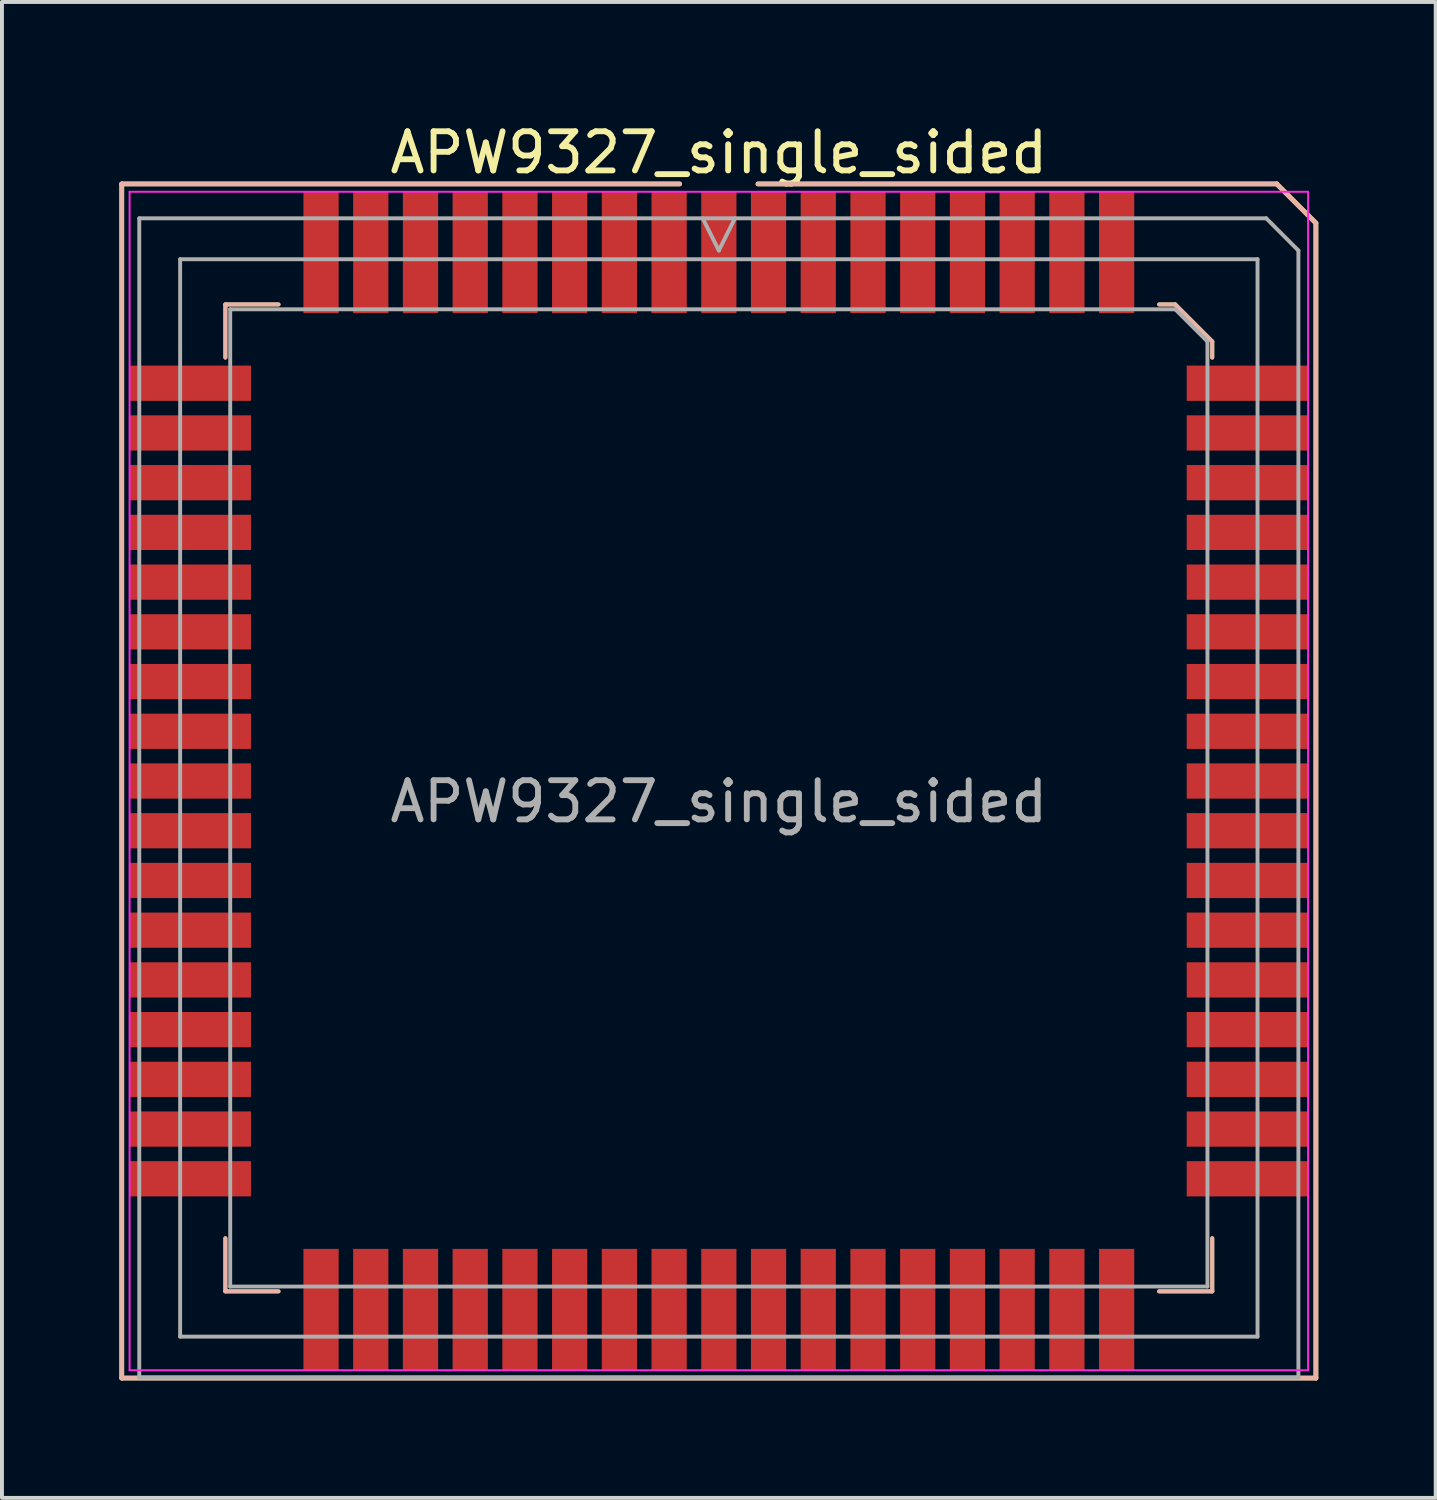
<source format=kicad_pcb>
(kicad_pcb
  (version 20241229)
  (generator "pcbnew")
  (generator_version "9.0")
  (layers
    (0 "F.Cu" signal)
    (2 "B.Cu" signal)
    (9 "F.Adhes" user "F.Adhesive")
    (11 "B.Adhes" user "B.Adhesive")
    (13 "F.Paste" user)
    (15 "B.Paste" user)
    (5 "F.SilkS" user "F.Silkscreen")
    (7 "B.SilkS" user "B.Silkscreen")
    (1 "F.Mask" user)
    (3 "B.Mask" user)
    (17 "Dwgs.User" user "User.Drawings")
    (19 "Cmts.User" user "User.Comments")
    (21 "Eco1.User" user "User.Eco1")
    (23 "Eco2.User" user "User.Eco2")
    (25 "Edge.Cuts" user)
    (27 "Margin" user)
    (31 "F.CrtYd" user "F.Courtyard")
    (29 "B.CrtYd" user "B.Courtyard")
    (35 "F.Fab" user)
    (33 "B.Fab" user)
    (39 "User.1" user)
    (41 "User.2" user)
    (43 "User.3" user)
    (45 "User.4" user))
  (footprint "APW9327_single_sided"
    (layer "F.Cu")
    (at 15.31 16.898)
    (property "Reference" "APW9327_single_sided" (at 0 -16.05 180) (layer "F.SilkS") (effects (font (size 1 1) (thickness 0.15))))
    (attr smd)
    (fp_line (start -15.25 -15.25) (end -1 -15.25) (stroke (width 0.12) (type solid)) (layer "F.SilkS"))
    (fp_line (start -15.25 15.25) (end -15.25 -15.25) (stroke (width 0.12) (type solid)) (layer "F.SilkS"))
    (fp_line (start -12.603 -12.172) (end -12.603 -10.815) (stroke (width 0.1) (type solid)) (layer "F.SilkS"))
    (fp_line (start -12.603 13.035) (end -12.603 11.678) (stroke (width 0.1) (type solid)) (layer "F.SilkS"))
    (fp_line (start -11.246 -12.172) (end -12.603 -12.172) (stroke (width 0.1) (type solid)) (layer "F.SilkS"))
    (fp_line (start -11.246 13.035) (end -12.603 13.035) (stroke (width 0.1) (type solid)) (layer "F.SilkS"))
    (fp_line (start 1 -15.25) (end 14.25 -15.25) (stroke (width 0.12) (type solid)) (layer "F.SilkS"))
    (fp_line (start 11.246 -12.172) (end 11.658 -12.172) (stroke (width 0.1) (type solid)) (layer "F.SilkS"))
    (fp_line (start 11.246 13.035) (end 12.603 13.035) (stroke (width 0.1) (type solid)) (layer "F.SilkS"))
    (fp_line (start 11.658 -12.172) (end 12.603 -11.226) (stroke (width 0.1) (type solid)) (layer "F.SilkS"))
    (fp_line (start 12.603 -11.226) (end 12.603 -10.815) (stroke (width 0.1) (type solid)) (layer "F.SilkS"))
    (fp_line (start 12.603 13.035) (end 12.603 11.678) (stroke (width 0.1) (type solid)) (layer "F.SilkS"))
    (fp_line (start 14.25 -15.25) (end 15.25 -14.25) (stroke (width 0.12) (type solid)) (layer "F.SilkS"))
    (fp_line (start 15.25 -14.25) (end 15.25 15.25) (stroke (width 0.12) (type solid)) (layer "F.SilkS"))
    (fp_line (start 15.25 15.25) (end -15.25 15.25) (stroke (width 0.12) (type solid)) (layer "F.SilkS"))
    (fp_line (start -15.25 -15.25) (end -1 -15.25) (stroke (width 0.12) (type solid)) (layer "B.SilkS"))
    (fp_line (start -15.25 15.25) (end -15.25 -15.25) (stroke (width 0.12) (type solid)) (layer "B.SilkS"))
    (fp_line (start -12.603 -12.172) (end -12.603 -10.815) (stroke (width 0.1) (type solid)) (layer "B.SilkS"))
    (fp_line (start -12.603 13.035) (end -12.603 11.678) (stroke (width 0.1) (type solid)) (layer "B.SilkS"))
    (fp_line (start -11.246 -12.172) (end -12.603 -12.172) (stroke (width 0.1) (type solid)) (layer "B.SilkS"))
    (fp_line (start -11.246 13.035) (end -12.603 13.035) (stroke (width 0.1) (type solid)) (layer "B.SilkS"))
    (fp_line (start 1 -15.25) (end 14.25 -15.25) (stroke (width 0.12) (type solid)) (layer "B.SilkS"))
    (fp_line (start 11.246 -12.172) (end 11.658 -12.172) (stroke (width 0.1) (type solid)) (layer "B.SilkS"))
    (fp_line (start 11.246 13.035) (end 12.603 13.035) (stroke (width 0.1) (type solid)) (layer "B.SilkS"))
    (fp_line (start 11.658 -12.172) (end 12.603 -11.226) (stroke (width 0.1) (type solid)) (layer "B.SilkS"))
    (fp_line (start 12.603 -11.226) (end 12.603 -10.815) (stroke (width 0.1) (type solid)) (layer "B.SilkS"))
    (fp_line (start 12.603 13.035) (end 12.603 11.678) (stroke (width 0.1) (type solid)) (layer "B.SilkS"))
    (fp_line (start 14.25 -15.25) (end 15.25 -14.25) (stroke (width 0.12) (type solid)) (layer "B.SilkS"))
    (fp_line (start 15.25 -14.25) (end 15.25 15.25) (stroke (width 0.12) (type solid)) (layer "B.SilkS"))
    (fp_line (start 15.25 15.25) (end -15.25 15.25) (stroke (width 0.12) (type solid)) (layer "B.SilkS"))
    (fp_line (start -15.05 -15.05) (end 15.05 -15.05) (stroke (width 0.05) (type solid)) (layer "F.CrtYd"))
    (fp_line (start -15.05 15.05) (end -15.05 -15.05) (stroke (width 0.05) (type solid)) (layer "F.CrtYd"))
    (fp_line (start 15.05 -15.05) (end 15.05 15.05) (stroke (width 0.05) (type solid)) (layer "F.CrtYd"))
    (fp_line (start 15.05 15.05) (end -15.05 15.05) (stroke (width 0.05) (type solid)) (layer "F.CrtYd"))
    (fp_line (start -14.803 -14.372) (end 13.981 -14.372) (stroke (width 0.1) (type solid)) (layer "F.Fab"))
    (fp_line (start -14.803 15.235) (end -14.803 -14.372) (stroke (width 0.1) (type solid)) (layer "F.Fab"))
    (fp_line (start -13.759 -13.327) (end 13.759 -13.327) (stroke (width 0.1) (type solid)) (layer "F.Fab"))
    (fp_line (start -13.759 14.191) (end -13.759 -13.327) (stroke (width 0.1) (type solid)) (layer "F.Fab"))
    (fp_line (start -12.48 -12.048) (end 11.658 -12.048) (stroke (width 0.1) (type solid)) (layer "F.Fab"))
    (fp_line (start -12.48 12.912) (end -12.48 -12.048) (stroke (width 0.1) (type solid)) (layer "F.Fab"))
    (fp_line (start 0 -13.549) (end -0.411 -14.372) (stroke (width 0.1) (type solid)) (layer "F.Fab"))
    (fp_line (start 0.411 -14.372) (end 0 -13.549) (stroke (width 0.1) (type solid)) (layer "F.Fab"))
    (fp_line (start 11.658 -12.048) (end 12.48 -11.226) (stroke (width 0.1) (type solid)) (layer "F.Fab"))
    (fp_line (start 12.48 -11.226) (end 12.48 12.912) (stroke (width 0.1) (type solid)) (layer "F.Fab"))
    (fp_line (start 12.48 12.912) (end -12.48 12.912) (stroke (width 0.1) (type solid)) (layer "F.Fab"))
    (fp_line (start 13.759 -13.327) (end 13.759 14.191) (stroke (width 0.1) (type solid)) (layer "F.Fab"))
    (fp_line (start 13.759 14.191) (end -13.759 14.191) (stroke (width 0.1) (type solid)) (layer "F.Fab"))
    (fp_line (start 13.981 -14.372) (end 14.803 -13.549) (stroke (width 0.1) (type solid)) (layer "F.Fab"))
    (fp_line (start 14.803 -13.549) (end 14.803 15.235) (stroke (width 0.1) (type solid)) (layer "F.Fab"))
    (fp_line (start 14.803 15.235) (end -14.803 15.235) (stroke (width 0.1) (type solid)) (layer "F.Fab"))
    (fp_text user "${REFERENCE}" (at 0 0.525 180) (layer "F.Fab") (effects (font (size 1 1) (thickness 0.15))))
    (pad "1" smd rect (at 0 -13.5) (size 0.9 3.1) (layers "F.Cu" "F.Mask" "F.Paste"))
    (pad "2" smd rect (at 1.27 -13.5) (size 0.9 3.1) (layers "F.Cu" "F.Mask" "F.Paste"))
    (pad "3" smd rect (at 2.54 -13.5) (size 0.9 3.1) (layers "F.Cu" "F.Mask" "F.Paste"))
    (pad "4" smd rect (at 3.81 -13.5) (size 0.9 3.1) (layers "F.Cu" "F.Mask" "F.Paste"))
    (pad "5" smd rect (at 5.08 -13.5) (size 0.9 3.1) (layers "F.Cu" "F.Mask" "F.Paste"))
    (pad "6" smd rect (at 6.35 -13.5) (size 0.9 3.1) (layers "F.Cu" "F.Mask" "F.Paste"))
    (pad "7" smd rect (at 7.62 -13.5) (size 0.9 3.1) (layers "F.Cu" "F.Mask" "F.Paste"))
    (pad "8" smd rect (at 8.89 -13.5) (size 0.9 3.1) (layers "F.Cu" "F.Mask" "F.Paste"))
    (pad "9" smd rect (at 10.16 -13.5) (size 0.9 3.1) (layers "F.Cu" "F.Mask" "F.Paste"))
    (pad "10" smd rect (at 13.5 -10.16) (size 3.1 0.9) (layers "F.Cu" "F.Mask" "F.Paste"))
    (pad "11" smd rect (at 13.5 -8.89) (size 3.1 0.9) (layers "F.Cu" "F.Mask" "F.Paste"))
    (pad "12" smd rect (at 13.5 -7.62) (size 3.1 0.9) (layers "F.Cu" "F.Mask" "F.Paste"))
    (pad "13" smd rect (at 13.5 -6.35) (size 3.1 0.9) (layers "F.Cu" "F.Mask" "F.Paste"))
    (pad "14" smd rect (at 13.5 -5.08) (size 3.1 0.9) (layers "F.Cu" "F.Mask" "F.Paste"))
    (pad "15" smd rect (at 13.5 -3.81) (size 3.1 0.9) (layers "F.Cu" "F.Mask" "F.Paste"))
    (pad "16" smd rect (at 13.5 -2.54) (size 3.1 0.9) (layers "F.Cu" "F.Mask" "F.Paste"))
    (pad "17" smd rect (at 13.5 -1.27) (size 3.1 0.9) (layers "F.Cu" "F.Mask" "F.Paste"))
    (pad "18" smd rect (at 13.5 0) (size 3.1 0.9) (layers "F.Cu" "F.Mask" "F.Paste"))
    (pad "19" smd rect (at 13.5 1.27) (size 3.1 0.9) (layers "F.Cu" "F.Mask" "F.Paste"))
    (pad "20" smd rect (at 13.5 2.54) (size 3.1 0.9) (layers "F.Cu" "F.Mask" "F.Paste"))
    (pad "21" smd rect (at 13.5 3.81) (size 3.1 0.9) (layers "F.Cu" "F.Mask" "F.Paste"))
    (pad "22" smd rect (at 13.5 5.08) (size 3.1 0.9) (layers "F.Cu" "F.Mask" "F.Paste"))
    (pad "23" smd rect (at 13.5 6.35) (size 3.1 0.9) (layers "F.Cu" "F.Mask" "F.Paste"))
    (pad "24" smd rect (at 13.5 7.62) (size 3.1 0.9) (layers "F.Cu" "F.Mask" "F.Paste"))
    (pad "25" smd rect (at 13.5 8.89) (size 3.1 0.9) (layers "F.Cu" "F.Mask" "F.Paste"))
    (pad "26" smd rect (at 13.5 10.16) (size 3.1 0.9) (layers "F.Cu" "F.Mask" "F.Paste"))
    (pad "27" smd rect (at 10.16 13.5) (size 0.9 3.1) (layers "F.Cu" "F.Mask" "F.Paste"))
    (pad "28" smd rect (at 8.89 13.5) (size 0.9 3.1) (layers "F.Cu" "F.Mask" "F.Paste"))
    (pad "29" smd rect (at 7.62 13.5) (size 0.9 3.1) (layers "F.Cu" "F.Mask" "F.Paste"))
    (pad "30" smd rect (at 6.35 13.5) (size 0.9 3.1) (layers "F.Cu" "F.Mask" "F.Paste"))
    (pad "31" smd rect (at 5.08 13.5) (size 0.9 3.1) (layers "F.Cu" "F.Mask" "F.Paste"))
    (pad "32" smd rect (at 3.81 13.5) (size 0.9 3.1) (layers "F.Cu" "F.Mask" "F.Paste"))
    (pad "33" smd rect (at 2.54 13.5) (size 0.9 3.1) (layers "F.Cu" "F.Mask" "F.Paste"))
    (pad "34" smd rect (at 1.27 13.5) (size 0.9 3.1) (layers "F.Cu" "F.Mask" "F.Paste"))
    (pad "35" smd rect (at 0 13.5) (size 0.9 3.1) (layers "F.Cu" "F.Mask" "F.Paste"))
    (pad "36" smd rect (at -1.27 13.5) (size 0.9 3.1) (layers "F.Cu" "F.Mask" "F.Paste"))
    (pad "37" smd rect (at -2.54 13.5) (size 0.9 3.1) (layers "F.Cu" "F.Mask" "F.Paste"))
    (pad "38" smd rect (at -3.81 13.5) (size 0.9 3.1) (layers "F.Cu" "F.Mask" "F.Paste"))
    (pad "39" smd rect (at -5.08 13.5) (size 0.9 3.1) (layers "F.Cu" "F.Mask" "F.Paste"))
    (pad "40" smd rect (at -6.35 13.5) (size 0.9 3.1) (layers "F.Cu" "F.Mask" "F.Paste"))
    (pad "41" smd rect (at -7.62 13.5) (size 0.9 3.1) (layers "F.Cu" "F.Mask" "F.Paste"))
    (pad "42" smd rect (at -8.89 13.5) (size 0.9 3.1) (layers "F.Cu" "F.Mask" "F.Paste"))
    (pad "43" smd rect (at -10.16 13.5) (size 0.9 3.1) (layers "F.Cu" "F.Mask" "F.Paste"))
    (pad "44" smd rect (at -13.5 10.16) (size 3.1 0.9) (layers "F.Cu" "F.Mask" "F.Paste"))
    (pad "45" smd rect (at -13.5 8.89) (size 3.1 0.9) (layers "F.Cu" "F.Mask" "F.Paste"))
    (pad "46" smd rect (at -13.5 7.62) (size 3.1 0.9) (layers "F.Cu" "F.Mask" "F.Paste"))
    (pad "47" smd rect (at -13.5 6.35) (size 3.1 0.9) (layers "F.Cu" "F.Mask" "F.Paste"))
    (pad "48" smd rect (at -13.5 5.08) (size 3.1 0.9) (layers "F.Cu" "F.Mask" "F.Paste"))
    (pad "49" smd rect (at -13.5 3.81) (size 3.1 0.9) (layers "F.Cu" "F.Mask" "F.Paste"))
    (pad "50" smd rect (at -13.5 2.54) (size 3.1 0.9) (layers "F.Cu" "F.Mask" "F.Paste"))
    (pad "51" smd rect (at -13.5 1.27) (size 3.1 0.9) (layers "F.Cu" "F.Mask" "F.Paste"))
    (pad "52" smd rect (at -13.5 0) (size 3.1 0.9) (layers "F.Cu" "F.Mask" "F.Paste"))
    (pad "53" smd rect (at -13.5 -1.27) (size 3.1 0.9) (layers "F.Cu" "F.Mask" "F.Paste"))
    (pad "54" smd rect (at -13.5 -2.54) (size 3.1 0.9) (layers "F.Cu" "F.Mask" "F.Paste"))
    (pad "55" smd rect (at -13.5 -3.81) (size 3.1 0.9) (layers "F.Cu" "F.Mask" "F.Paste"))
    (pad "56" smd rect (at -13.5 -5.08) (size 3.1 0.9) (layers "F.Cu" "F.Mask" "F.Paste"))
    (pad "57" smd rect (at -13.5 -6.35) (size 3.1 0.9) (layers "F.Cu" "F.Mask" "F.Paste"))
    (pad "58" smd rect (at -13.5 -7.62) (size 3.1 0.9) (layers "F.Cu" "F.Mask" "F.Paste"))
    (pad "59" smd rect (at -13.5 -8.89) (size 3.1 0.9) (layers "F.Cu" "F.Mask" "F.Paste"))
    (pad "60" smd rect (at -13.5 -10.16) (size 3.1 0.9) (layers "F.Cu" "F.Mask" "F.Paste"))
    (pad "61" smd rect (at -10.16 -13.5) (size 0.9 3.1) (layers "F.Cu" "F.Mask" "F.Paste"))
    (pad "62" smd rect (at -8.89 -13.5) (size 0.9 3.1) (layers "F.Cu" "F.Mask" "F.Paste"))
    (pad "63" smd rect (at -7.62 -13.5) (size 0.9 3.1) (layers "F.Cu" "F.Mask" "F.Paste"))
    (pad "64" smd rect (at -6.35 -13.5) (size 0.9 3.1) (layers "F.Cu" "F.Mask" "F.Paste"))
    (pad "65" smd rect (at -5.08 -13.5) (size 0.9 3.1) (layers "F.Cu" "F.Mask" "F.Paste"))
    (pad "66" smd rect (at -3.81 -13.5) (size 0.9 3.1) (layers "F.Cu" "F.Mask" "F.Paste"))
    (pad "67" smd rect (at -2.54 -13.5) (size 0.9 3.1) (layers "F.Cu" "F.Mask" "F.Paste"))
    (pad "68" smd rect (at -1.27 -13.5) (size 0.9 3.1) (layers "F.Cu" "F.Mask" "F.Paste")))
  (gr_rect
    (start -3 -3)
    (end 33.62 35.208)
    (stroke (width 0.1) (type default))
    (fill no)
    (layer "Edge.Cuts")))
</source>
